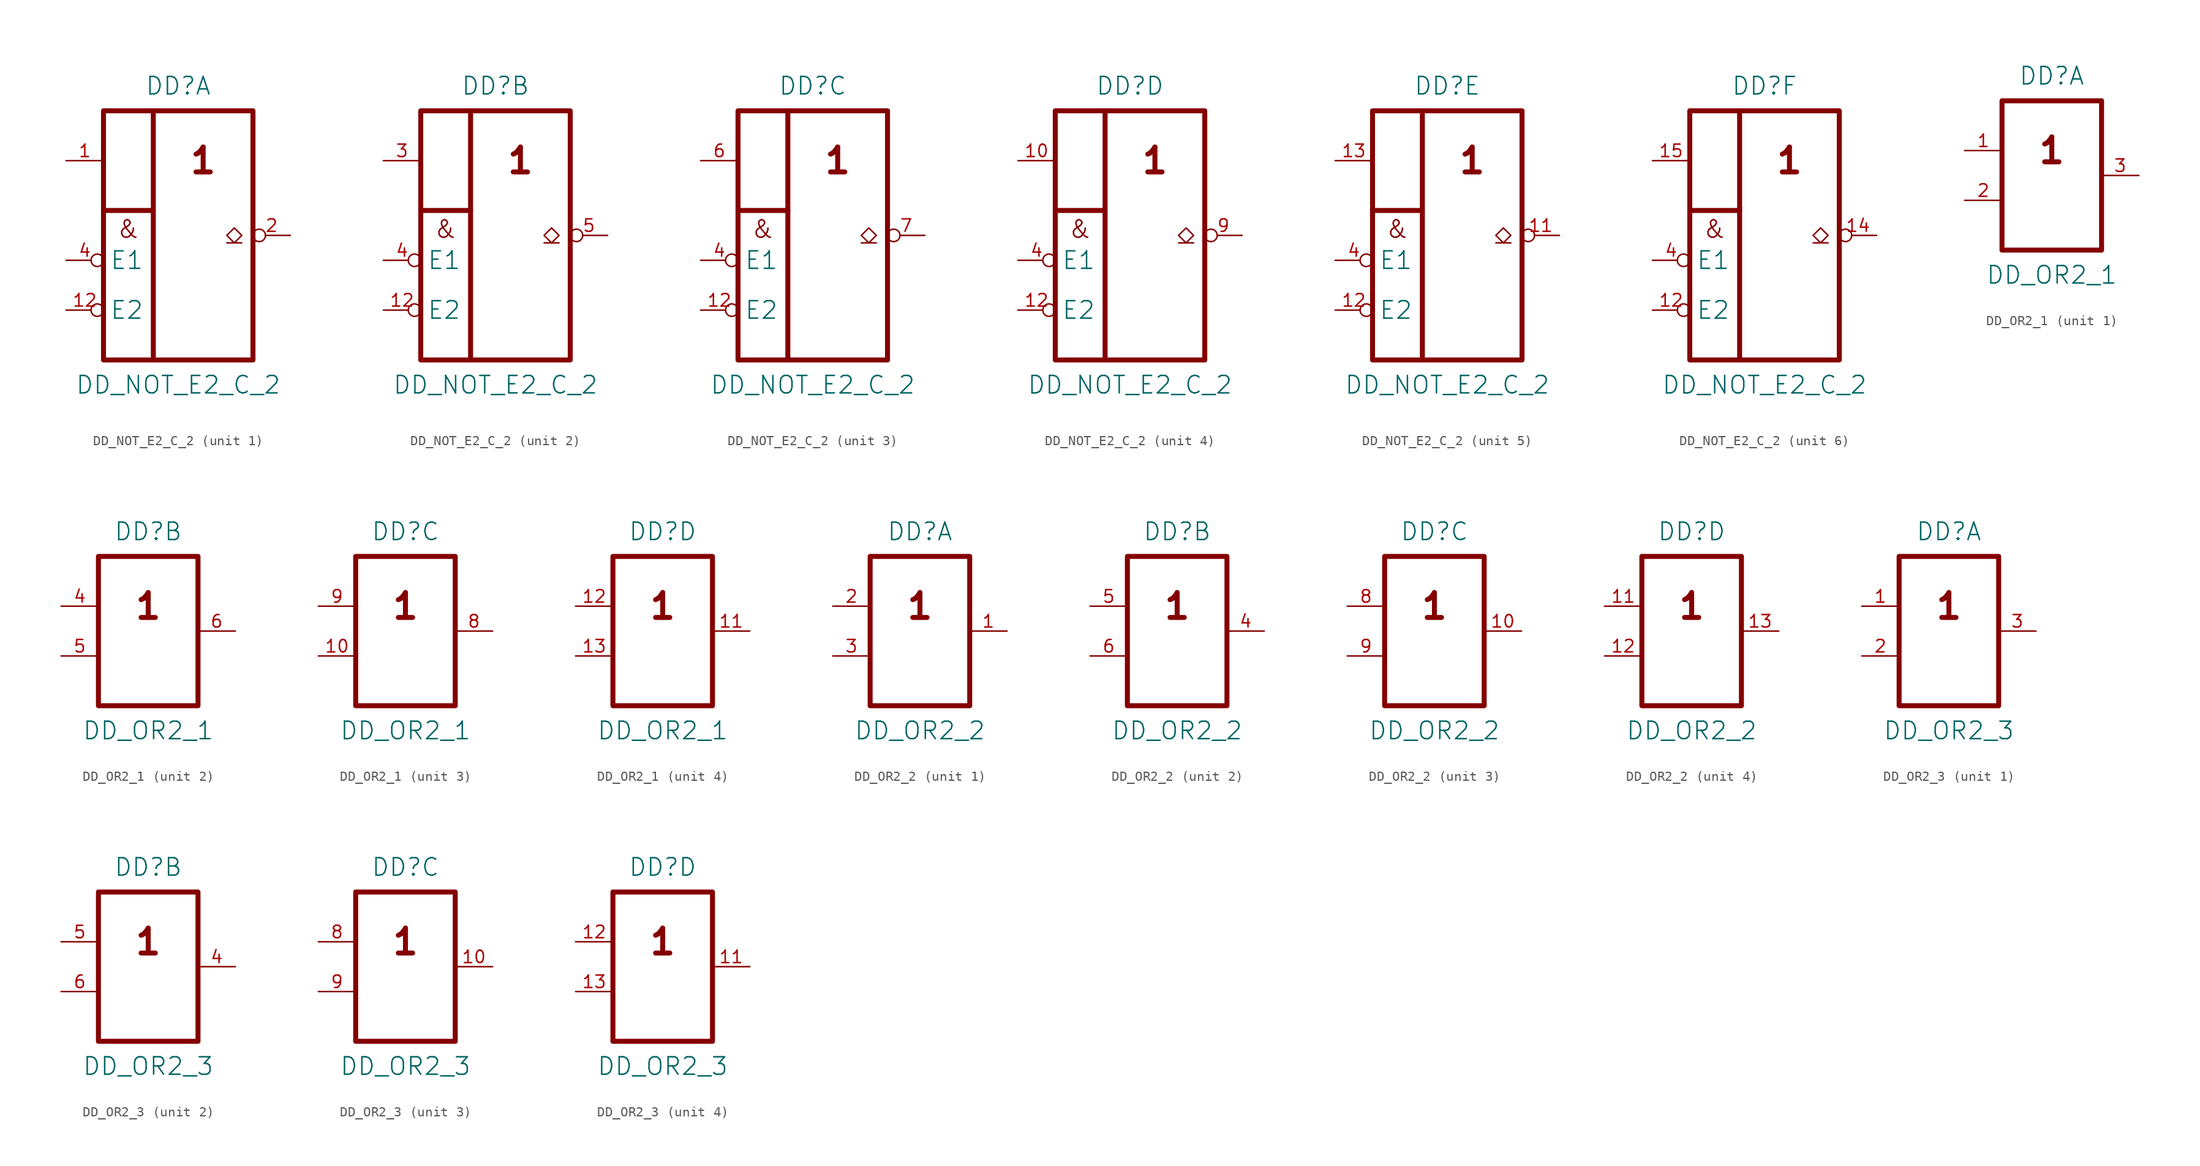
<source format=kicad_sym>
(kicad_symbol_lib
  (version 20211014)
  (generator kicad_symbol_editor)
  (symbol "DD_NOT_E2_C_2"
    (pin_names
      (offset 0.635))
    (property "Reference" "DD"
      (at 0 15.24 0)
      (effects (font (size 1.778 1.778))))
    (property "Value" "DD_NOT_E2_C_2"
      (at 0 -15.24 0)
      (effects (font (size 1.778 1.778))))
    (symbol "DD_NOT_E2_C_2_0_0"
      (text "&" (at -5.08 0.635 0) (effects (font (size 1.778 1.778))))
      (text "1" (at 2.54 7.62 0) (effects (font (size 2.54 2.54) bold))))
    (symbol "DD_NOT_E2_C_2_0_1"
      (rectangle (start -7.62 12.7) (end 7.62 -12.7) (stroke (width 0.508) (type default) (color 0 0 0 0)) (fill (type none)))
      (polyline (pts (xy -7.62 2.54) (xy -2.54 2.54)) (stroke (width 0.508) (type default) (color 0 0 0 0)) (fill (type none)))
      (polyline (pts (xy -2.54 12.7) (xy -2.54 -12.7)) (stroke (width 0.508) (type default) (color 0 0 0 0)) (fill (type none)))
      (polyline (pts (xy 4.953 -0.762) (xy 5.715 -0.762) (xy 4.953 0) (xy 5.715 0.762) (xy 6.477 0) (xy 5.715 -0.762) (xy 6.477 -0.762)) (stroke (width 0) (type default) (color 0 0 0 0)) (fill (type none)))
      (pin input inverted (at -11.43 -7.62 0) (length 3.81) (name "E2" (effects (font (size 1.778 1.778)))) (number "12" (effects (font (size 1.27 1.27)))))
      (pin power_in non_logic (at 11.43 10.16 180) (length 3.81) hide (name "VCC" (effects (font (size 1.27 1.27)))) (number "16" (effects (font (size 1.27 1.27)))))
      (pin input inverted (at -11.43 -2.54 0) (length 3.81) (name "E1" (effects (font (size 1.778 1.778)))) (number "4" (effects (font (size 1.27 1.27)))))
      (pin power_in non_logic (at 11.43 -10.16 180) (length 3.81) hide (name "GND" (effects (font (size 1.27 1.27)))) (number "8" (effects (font (size 1.27 1.27))))))
    (symbol "DD_NOT_E2_C_2_1_1"
      (pin input line (at -11.43 7.62 0) (length 3.81) (name "~" (effects (font (size 1.778 1.778)))) (number "1" (effects (font (size 1.27 1.27)))))
      (pin output inverted (at 11.43 0 180) (length 3.81) (name "~" (effects (font (size 1.778 1.778)))) (number "2" (effects (font (size 1.27 1.27))))))
    (symbol "DD_NOT_E2_C_2_2_1"
      (pin input line (at -11.43 7.62 0) (length 3.81) (name "~" (effects (font (size 1.778 1.778)))) (number "3" (effects (font (size 1.27 1.27)))))
      (pin output inverted (at 11.43 0 180) (length 3.81) (name "~" (effects (font (size 1.778 1.778)))) (number "5" (effects (font (size 1.27 1.27))))))
    (symbol "DD_NOT_E2_C_2_3_1"
      (pin input line (at -11.43 7.62 0) (length 3.81) (name "~" (effects (font (size 1.778 1.778)))) (number "6" (effects (font (size 1.27 1.27)))))
      (pin output inverted (at 11.43 0 180) (length 3.81) (name "~" (effects (font (size 1.778 1.778)))) (number "7" (effects (font (size 1.27 1.27))))))
    (symbol "DD_NOT_E2_C_2_4_1"
      (pin input line (at -11.43 7.62 0) (length 3.81) (name "~" (effects (font (size 1.778 1.778)))) (number "10" (effects (font (size 1.27 1.27)))))
      (pin output inverted (at 11.43 0 180) (length 3.81) (name "~" (effects (font (size 1.778 1.778)))) (number "9" (effects (font (size 1.27 1.27))))))
    (symbol "DD_NOT_E2_C_2_5_1"
      (pin output inverted (at 11.43 0 180) (length 3.81) (name "~" (effects (font (size 1.778 1.778)))) (number "11" (effects (font (size 1.27 1.27)))))
      (pin input line (at -11.43 7.62 0) (length 3.81) (name "~" (effects (font (size 1.778 1.778)))) (number "13" (effects (font (size 1.27 1.27))))))
    (symbol "DD_NOT_E2_C_2_6_1"
      (pin output inverted (at 11.43 0 180) (length 3.81) (name "~" (effects (font (size 1.778 1.778)))) (number "14" (effects (font (size 1.27 1.27)))))
      (pin input line (at -11.43 7.62 0) (length 3.81) (name "~" (effects (font (size 1.778 1.778)))) (number "15" (effects (font (size 1.27 1.27)))))))
  (symbol "DD_OR2_1"
    (pin_names
      (offset 1.27))
    (property "Reference" "DD"
      (at 0 10.16 0)
      (effects (font (size 1.778 1.778))))
    (property "Value" "DD_OR2_1"
      (at 0 -10.16 0)
      (effects (font (size 1.778 1.778))))
    (symbol "DD_OR2_1_0_0"
      (text "1" (at 0 2.54 0) (effects (font (size 2.54 2.54) bold))))
    (symbol "DD_OR2_1_0_1"
      (rectangle (start -5.08 7.62) (end 5.08 -7.62) (stroke (width 0.508) (type default) (color 0 0 0 0)) (fill (type none)))
      (pin power_in non_logic (at 8.89 5.08 180) (length 3.81) hide (name "VCC" (effects (font (size 1.27 1.27)))) (number "14" (effects (font (size 1.27 1.27)))))
      (pin power_in non_logic (at 8.89 -5.08 180) (length 3.81) hide (name "GND" (effects (font (size 1.27 1.27)))) (number "7" (effects (font (size 1.27 1.27))))))
    (symbol "DD_OR2_1_1_1"
      (pin input line (at -8.89 2.54 0) (length 3.81) (name "~" (effects (font (size 1.778 1.778)))) (number "1" (effects (font (size 1.27 1.27)))))
      (pin input line (at -8.89 -2.54 0) (length 3.81) (name "~" (effects (font (size 1.778 1.778)))) (number "2" (effects (font (size 1.27 1.27)))))
      (pin output line (at 8.89 0 180) (length 3.81) (name "~" (effects (font (size 1.778 1.778)))) (number "3" (effects (font (size 1.27 1.27))))))
    (symbol "DD_OR2_1_2_1"
      (pin input line (at -8.89 2.54 0) (length 3.81) (name "~" (effects (font (size 1.778 1.778)))) (number "4" (effects (font (size 1.27 1.27)))))
      (pin input line (at -8.89 -2.54 0) (length 3.81) (name "~" (effects (font (size 1.778 1.778)))) (number "5" (effects (font (size 1.27 1.27)))))
      (pin output line (at 8.89 0 180) (length 3.81) (name "~" (effects (font (size 1.778 1.778)))) (number "6" (effects (font (size 1.27 1.27))))))
    (symbol "DD_OR2_1_3_1"
      (pin input line (at -8.89 -2.54 0) (length 3.81) (name "~" (effects (font (size 1.778 1.778)))) (number "10" (effects (font (size 1.27 1.27)))))
      (pin output line (at 8.89 0 180) (length 3.81) (name "~" (effects (font (size 1.778 1.778)))) (number "8" (effects (font (size 1.27 1.27)))))
      (pin input line (at -8.89 2.54 0) (length 3.81) (name "~" (effects (font (size 1.778 1.778)))) (number "9" (effects (font (size 1.27 1.27))))))
    (symbol "DD_OR2_1_4_1"
      (pin output line (at 8.89 0 180) (length 3.81) (name "~" (effects (font (size 1.778 1.778)))) (number "11" (effects (font (size 1.27 1.27)))))
      (pin input line (at -8.89 2.54 0) (length 3.81) (name "~" (effects (font (size 1.778 1.778)))) (number "12" (effects (font (size 1.27 1.27)))))
      (pin input line (at -8.89 -2.54 0) (length 3.81) (name "~" (effects (font (size 1.778 1.778)))) (number "13" (effects (font (size 1.27 1.27)))))))
  (symbol "DD_OR2_2"
    (pin_names
      (offset 1.27))
    (property "Reference" "DD"
      (at 0 10.16 0)
      (effects (font (size 1.778 1.778))))
    (property "Value" "DD_OR2_2"
      (at 0 -10.16 0)
      (effects (font (size 1.778 1.778))))
    (symbol "DD_OR2_2_0_0"
      (text "1" (at 0 2.54 0) (effects (font (size 2.54 2.54) bold))))
    (symbol "DD_OR2_2_0_1"
      (rectangle (start -5.08 7.62) (end 5.08 -7.62) (stroke (width 0.508) (type default) (color 0 0 0 0)) (fill (type none)))
      (pin power_in non_logic (at 8.89 5.08 180) (length 3.81) hide (name "VCC" (effects (font (size 1.27 1.27)))) (number "14" (effects (font (size 1.27 1.27)))))
      (pin power_in non_logic (at 8.89 -5.08 180) (length 3.81) hide (name "GND" (effects (font (size 1.27 1.27)))) (number "7" (effects (font (size 1.27 1.27))))))
    (symbol "DD_OR2_2_1_1"
      (pin output line (at 8.89 0 180) (length 3.81) (name "~" (effects (font (size 1.778 1.778)))) (number "1" (effects (font (size 1.27 1.27)))))
      (pin input line (at -8.89 2.54 0) (length 3.81) (name "~" (effects (font (size 1.778 1.778)))) (number "2" (effects (font (size 1.27 1.27)))))
      (pin input line (at -8.89 -2.54 0) (length 3.81) (name "~" (effects (font (size 1.778 1.778)))) (number "3" (effects (font (size 1.27 1.27))))))
    (symbol "DD_OR2_2_2_1"
      (pin output line (at 8.89 0 180) (length 3.81) (name "~" (effects (font (size 1.778 1.778)))) (number "4" (effects (font (size 1.27 1.27)))))
      (pin input line (at -8.89 2.54 0) (length 3.81) (name "~" (effects (font (size 1.778 1.778)))) (number "5" (effects (font (size 1.27 1.27)))))
      (pin input line (at -8.89 -2.54 0) (length 3.81) (name "~" (effects (font (size 1.778 1.778)))) (number "6" (effects (font (size 1.27 1.27))))))
    (symbol "DD_OR2_2_3_1"
      (pin output line (at 8.89 0 180) (length 3.81) (name "~" (effects (font (size 1.778 1.778)))) (number "10" (effects (font (size 1.27 1.27)))))
      (pin input line (at -8.89 2.54 0) (length 3.81) (name "~" (effects (font (size 1.778 1.778)))) (number "8" (effects (font (size 1.27 1.27)))))
      (pin input line (at -8.89 -2.54 0) (length 3.81) (name "~" (effects (font (size 1.778 1.778)))) (number "9" (effects (font (size 1.27 1.27))))))
    (symbol "DD_OR2_2_4_1"
      (pin input line (at -8.89 2.54 0) (length 3.81) (name "~" (effects (font (size 1.778 1.778)))) (number "11" (effects (font (size 1.27 1.27)))))
      (pin input line (at -8.89 -2.54 0) (length 3.81) (name "~" (effects (font (size 1.778 1.778)))) (number "12" (effects (font (size 1.27 1.27)))))
      (pin output line (at 8.89 0 180) (length 3.81) (name "~" (effects (font (size 1.778 1.778)))) (number "13" (effects (font (size 1.27 1.27)))))))
  (symbol "DD_OR2_3"
    (pin_names
      (offset 1.27))
    (property "Reference" "DD"
      (at 0 10.16 0)
      (effects (font (size 1.778 1.778))))
    (property "Value" "DD_OR2_3"
      (at 0 -10.16 0)
      (effects (font (size 1.778 1.778))))
    (symbol "DD_OR2_3_0_0"
      (text "1" (at 0 2.54 0) (effects (font (size 2.54 2.54) bold))))
    (symbol "DD_OR2_3_0_1"
      (rectangle (start -5.08 7.62) (end 5.08 -7.62) (stroke (width 0.508) (type default) (color 0 0 0 0)) (fill (type none)))
      (pin power_in non_logic (at 8.89 5.08 180) (length 3.81) hide (name "VCC" (effects (font (size 1.27 1.27)))) (number "14" (effects (font (size 1.27 1.27)))))
      (pin power_in non_logic (at 8.89 -5.08 180) (length 3.81) hide (name "GND" (effects (font (size 1.27 1.27)))) (number "7" (effects (font (size 1.27 1.27))))))
    (symbol "DD_OR2_3_1_1"
      (pin input line (at -8.89 2.54 0) (length 3.81) (name "~" (effects (font (size 1.778 1.778)))) (number "1" (effects (font (size 1.27 1.27)))))
      (pin input line (at -8.89 -2.54 0) (length 3.81) (name "~" (effects (font (size 1.778 1.778)))) (number "2" (effects (font (size 1.27 1.27)))))
      (pin output line (at 8.89 0 180) (length 3.81) (name "~" (effects (font (size 1.778 1.778)))) (number "3" (effects (font (size 1.27 1.27))))))
    (symbol "DD_OR2_3_2_1"
      (pin output line (at 8.89 0 180) (length 3.81) (name "~" (effects (font (size 1.778 1.778)))) (number "4" (effects (font (size 1.27 1.27)))))
      (pin input line (at -8.89 2.54 0) (length 3.81) (name "~" (effects (font (size 1.778 1.778)))) (number "5" (effects (font (size 1.27 1.27)))))
      (pin input line (at -8.89 -2.54 0) (length 3.81) (name "~" (effects (font (size 1.778 1.778)))) (number "6" (effects (font (size 1.27 1.27))))))
    (symbol "DD_OR2_3_3_1"
      (pin output line (at 8.89 0 180) (length 3.81) (name "~" (effects (font (size 1.778 1.778)))) (number "10" (effects (font (size 1.27 1.27)))))
      (pin input line (at -8.89 2.54 0) (length 3.81) (name "~" (effects (font (size 1.778 1.778)))) (number "8" (effects (font (size 1.27 1.27)))))
      (pin input line (at -8.89 -2.54 0) (length 3.81) (name "~" (effects (font (size 1.778 1.778)))) (number "9" (effects (font (size 1.27 1.27))))))
    (symbol "DD_OR2_3_4_1"
      (pin output line (at 8.89 0 180) (length 3.81) (name "~" (effects (font (size 1.778 1.778)))) (number "11" (effects (font (size 1.27 1.27)))))
      (pin input line (at -8.89 2.54 0) (length 3.81) (name "~" (effects (font (size 1.778 1.778)))) (number "12" (effects (font (size 1.27 1.27)))))
      (pin input line (at -8.89 -2.54 0) (length 3.81) (name "~" (effects (font (size 1.778 1.778)))) (number "13" (effects (font (size 1.27 1.27))))))))
</source>
